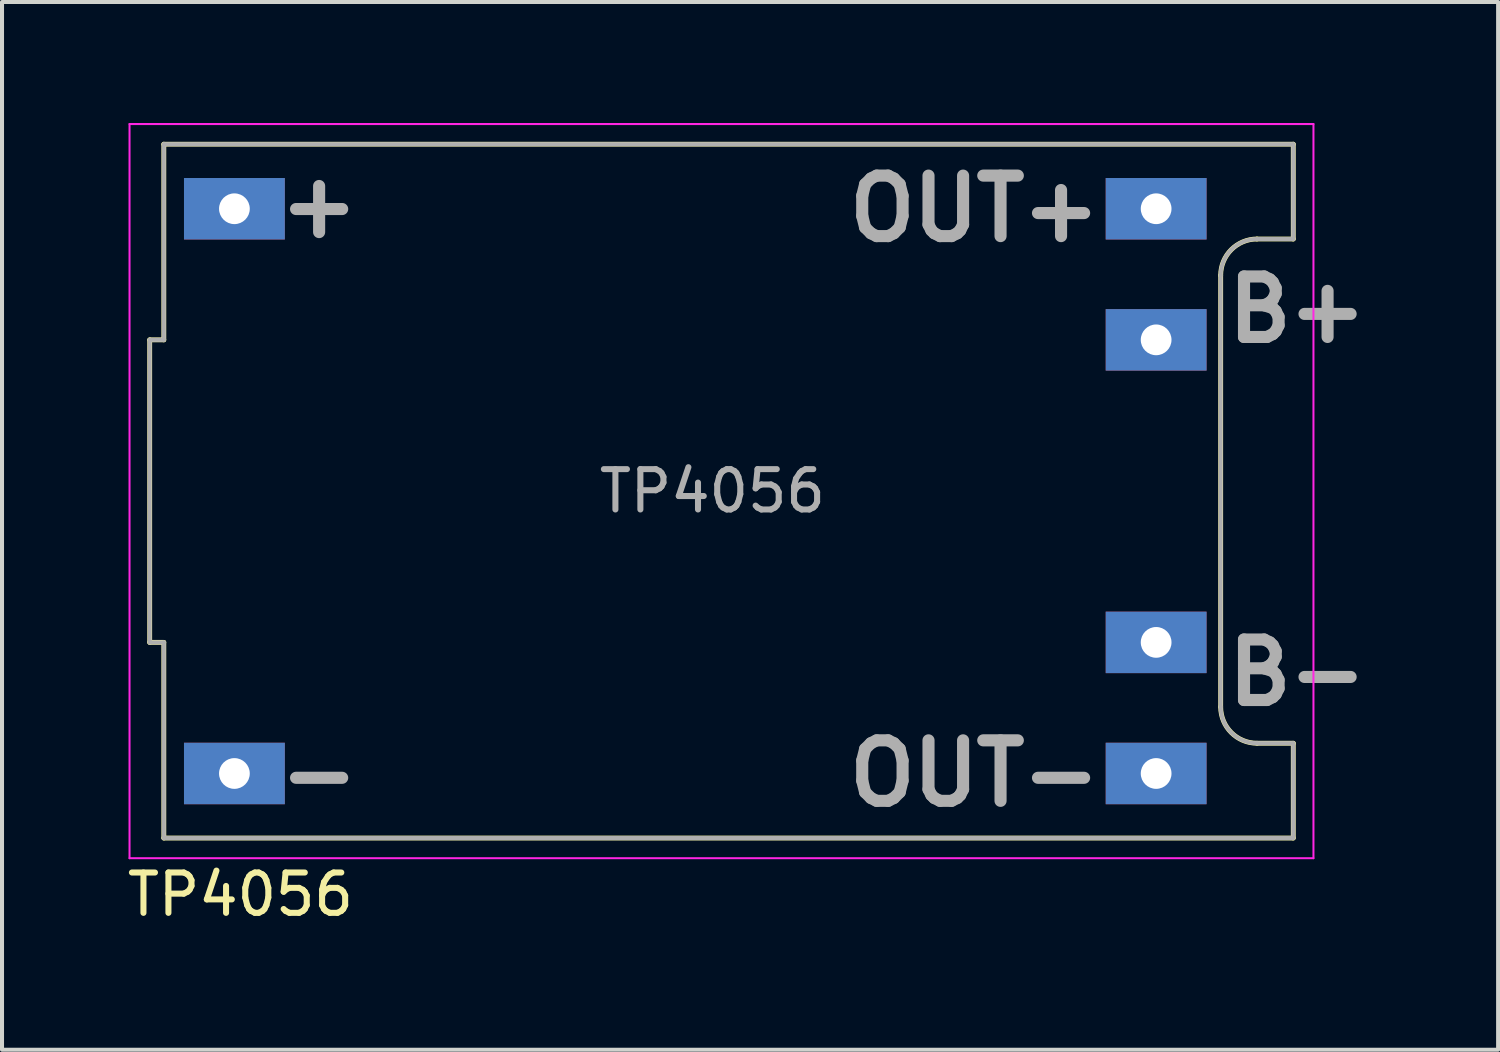
<source format=kicad_pcb>
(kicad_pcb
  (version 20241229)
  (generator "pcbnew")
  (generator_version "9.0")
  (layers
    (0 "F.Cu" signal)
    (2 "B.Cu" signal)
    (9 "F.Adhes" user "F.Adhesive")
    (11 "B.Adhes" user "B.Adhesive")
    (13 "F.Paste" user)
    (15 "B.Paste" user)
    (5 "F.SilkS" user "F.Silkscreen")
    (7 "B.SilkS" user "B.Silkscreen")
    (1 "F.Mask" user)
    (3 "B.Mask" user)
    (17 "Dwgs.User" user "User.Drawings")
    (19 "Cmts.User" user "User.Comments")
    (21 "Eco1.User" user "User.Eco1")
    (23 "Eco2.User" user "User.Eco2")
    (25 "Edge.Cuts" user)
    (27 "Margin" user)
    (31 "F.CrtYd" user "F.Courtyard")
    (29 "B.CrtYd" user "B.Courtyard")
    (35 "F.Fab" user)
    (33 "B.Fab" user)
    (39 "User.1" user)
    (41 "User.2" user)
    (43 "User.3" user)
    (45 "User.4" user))
  (footprint "TP4056"
    (layer "F.Cu")
    (at 25.611 16.125)
    (property "Reference" "TP4056" (at -22.7 3 0) (layer "F.SilkS") (effects (font (size 1 1) (thickness 0.15))))
    (attr through_hole)
    (fp_line (start -24.95 -10.75) (end -24.6 -10.75) (stroke (width 0.12) (type solid)) (layer "F.SilkS"))
    (fp_line (start -24.95 -3.25) (end -24.95 -10.75) (stroke (width 0.12) (type solid)) (layer "F.SilkS"))
    (fp_line (start -24.6 -15.6) (end 3.4 -15.6) (stroke (width 0.12) (type solid)) (layer "F.SilkS"))
    (fp_line (start -24.6 -10.75) (end -24.6 -15.6) (stroke (width 0.12) (type solid)) (layer "F.SilkS"))
    (fp_line (start -24.6 -3.25) (end -24.95 -3.25) (stroke (width 0.12) (type solid)) (layer "F.SilkS"))
    (fp_line (start -24.6 1.6) (end -24.6 -3.25) (stroke (width 0.12) (type solid)) (layer "F.SilkS"))
    (fp_line (start 1.6 -12.35) (end 1.6 -1.65) (stroke (width 0.12) (type solid)) (layer "F.SilkS"))
    (fp_line (start 2.5 -13.25) (end 3.4 -13.25) (stroke (width 0.12) (type solid)) (layer "F.SilkS"))
    (fp_line (start 2.5 -0.75) (end 3.4 -0.75) (stroke (width 0.12) (type solid)) (layer "F.SilkS"))
    (fp_line (start 3.4 -15.6) (end 3.4 -13.25) (stroke (width 0.12) (type solid)) (layer "F.SilkS"))
    (fp_line (start 3.4 -0.75) (end 3.4 1.6) (stroke (width 0.12) (type solid)) (layer "F.SilkS"))
    (fp_line (start 3.4 1.6) (end -24.6 1.6) (stroke (width 0.12) (type solid)) (layer "F.SilkS"))
    (fp_arc (start 1.6 -12.35) (mid 1.863604 -12.986396) (end 2.5 -13.25) (stroke (width 0.12) (type solid)) (layer "F.SilkS"))
    (fp_arc (start 2.5 -0.75) (mid 1.863604 -1.013604) (end 1.6 -1.65) (stroke (width 0.12) (type solid)) (layer "F.SilkS"))
    (fp_line (start -25.45 -16.1) (end 3.9 -16.1) (stroke (width 0.05) (type solid)) (layer "F.CrtYd"))
    (fp_line (start -25.45 2.1) (end -25.45 -16.1) (stroke (width 0.05) (type solid)) (layer "F.CrtYd"))
    (fp_line (start 3.9 -16.1) (end 3.9 2.1) (stroke (width 0.05) (type solid)) (layer "F.CrtYd"))
    (fp_line (start 3.9 2.1) (end -25.45 2.1) (stroke (width 0.05) (type solid)) (layer "F.CrtYd"))
    (fp_line (start -24.95 -10.75) (end -24.6 -10.75) (stroke (width 0.1) (type solid)) (layer "F.Fab"))
    (fp_line (start -24.95 -3.25) (end -24.95 -10.75) (stroke (width 0.1) (type solid)) (layer "F.Fab"))
    (fp_line (start -24.95 -3.25) (end -24.6 -3.25) (stroke (width 0.1) (type solid)) (layer "F.Fab"))
    (fp_line (start -24.6 -15.6) (end 3.4 -15.6) (stroke (width 0.1) (type solid)) (layer "F.Fab"))
    (fp_line (start -24.6 -10.75) (end -24.6 -15.6) (stroke (width 0.1) (type solid)) (layer "F.Fab"))
    (fp_line (start -24.6 1.6) (end -24.6 -3.25) (stroke (width 0.1) (type solid)) (layer "F.Fab"))
    (fp_line (start 1.6 -12.35) (end 1.6 -1.65) (stroke (width 0.1) (type solid)) (layer "F.Fab"))
    (fp_line (start 2.5 -13.25) (end 3.4 -13.25) (stroke (width 0.1) (type solid)) (layer "F.Fab"))
    (fp_line (start 2.5 -0.75) (end 3.4 -0.75) (stroke (width 0.1) (type solid)) (layer "F.Fab"))
    (fp_line (start 3.4 -15.6) (end 3.4 -13.25) (stroke (width 0.1) (type solid)) (layer "F.Fab"))
    (fp_line (start 3.4 -0.75) (end 3.4 1.6) (stroke (width 0.1) (type solid)) (layer "F.Fab"))
    (fp_line (start 3.4 1.6) (end -24.6 1.6) (stroke (width 0.1) (type solid)) (layer "F.Fab"))
    (fp_arc (start 1.6 -12.35) (mid 1.863604 -12.986396) (end 2.5 -13.25) (stroke (width 0.1) (type solid)) (layer "F.Fab"))
    (fp_arc (start 2.5 -0.75) (mid 1.863604 -1.013604) (end 1.6 -1.65) (stroke (width 0.1) (type solid)) (layer "F.Fab"))
    (fp_text user "B+" (at 3.5 -11.5 0) (layer "F.Fab") (effects (font (size 1.5 1.5) (thickness 0.3))))
    (fp_text user "${REFERENCE}" (at -11 -7 180) (layer "F.Fab") (effects (font (size 1 1) (thickness 0.15))))
    (fp_text user "OUT+" (at -4.5 -14 0) (layer "F.Fab") (effects (font (size 1.5 1.5) (thickness 0.3))))
    (fp_text user "-" (at -20.75 0 0) (layer "F.Fab") (effects (font (size 1.5 1.5) (thickness 0.3))))
    (fp_text user "OUT-" (at -4.5 0 0) (layer "F.Fab") (effects (font (size 1.5 1.5) (thickness 0.3))))
    (fp_text user "+" (at -20.75 -14.1 0) (layer "F.Fab") (effects (font (size 1.5 1.5) (thickness 0.3))))
    (fp_text user "B-" (at 3.5 -2.5 0) (layer "F.Fab") (effects (font (size 1.5 1.5) (thickness 0.3))))
    (pad "1" thru_hole rect (at -22.85 -14) (size 2.5 1.524) (drill 0.762) (layers "*.Cu" "*.Mask"))
    (pad "2" thru_hole rect (at -22.85 0) (size 2.5 1.524) (drill 0.762) (layers "*.Cu" "*.Mask"))
    (pad "3" thru_hole rect (at 0 -10.75) (size 2.5 1.524) (drill 0.762) (layers "*.Cu" "*.Mask"))
    (pad "4" thru_hole rect (at 0 -3.25) (size 2.5 1.524) (drill 0.762) (layers "*.Cu" "*.Mask"))
    (pad "5" thru_hole rect (at 0 -14) (size 2.5 1.524) (drill 0.762) (layers "*.Cu" "*.Mask"))
    (pad "6" thru_hole rect (at 0 0) (size 2.5 1.524) (drill 0.762) (layers "*.Cu" "*.Mask")))
  (gr_rect
    (start -3 -3)
    (end 34.089 22.973)
    (stroke (width 0.1) (type default))
    (fill no)
    (layer "Edge.Cuts")))
</source>
